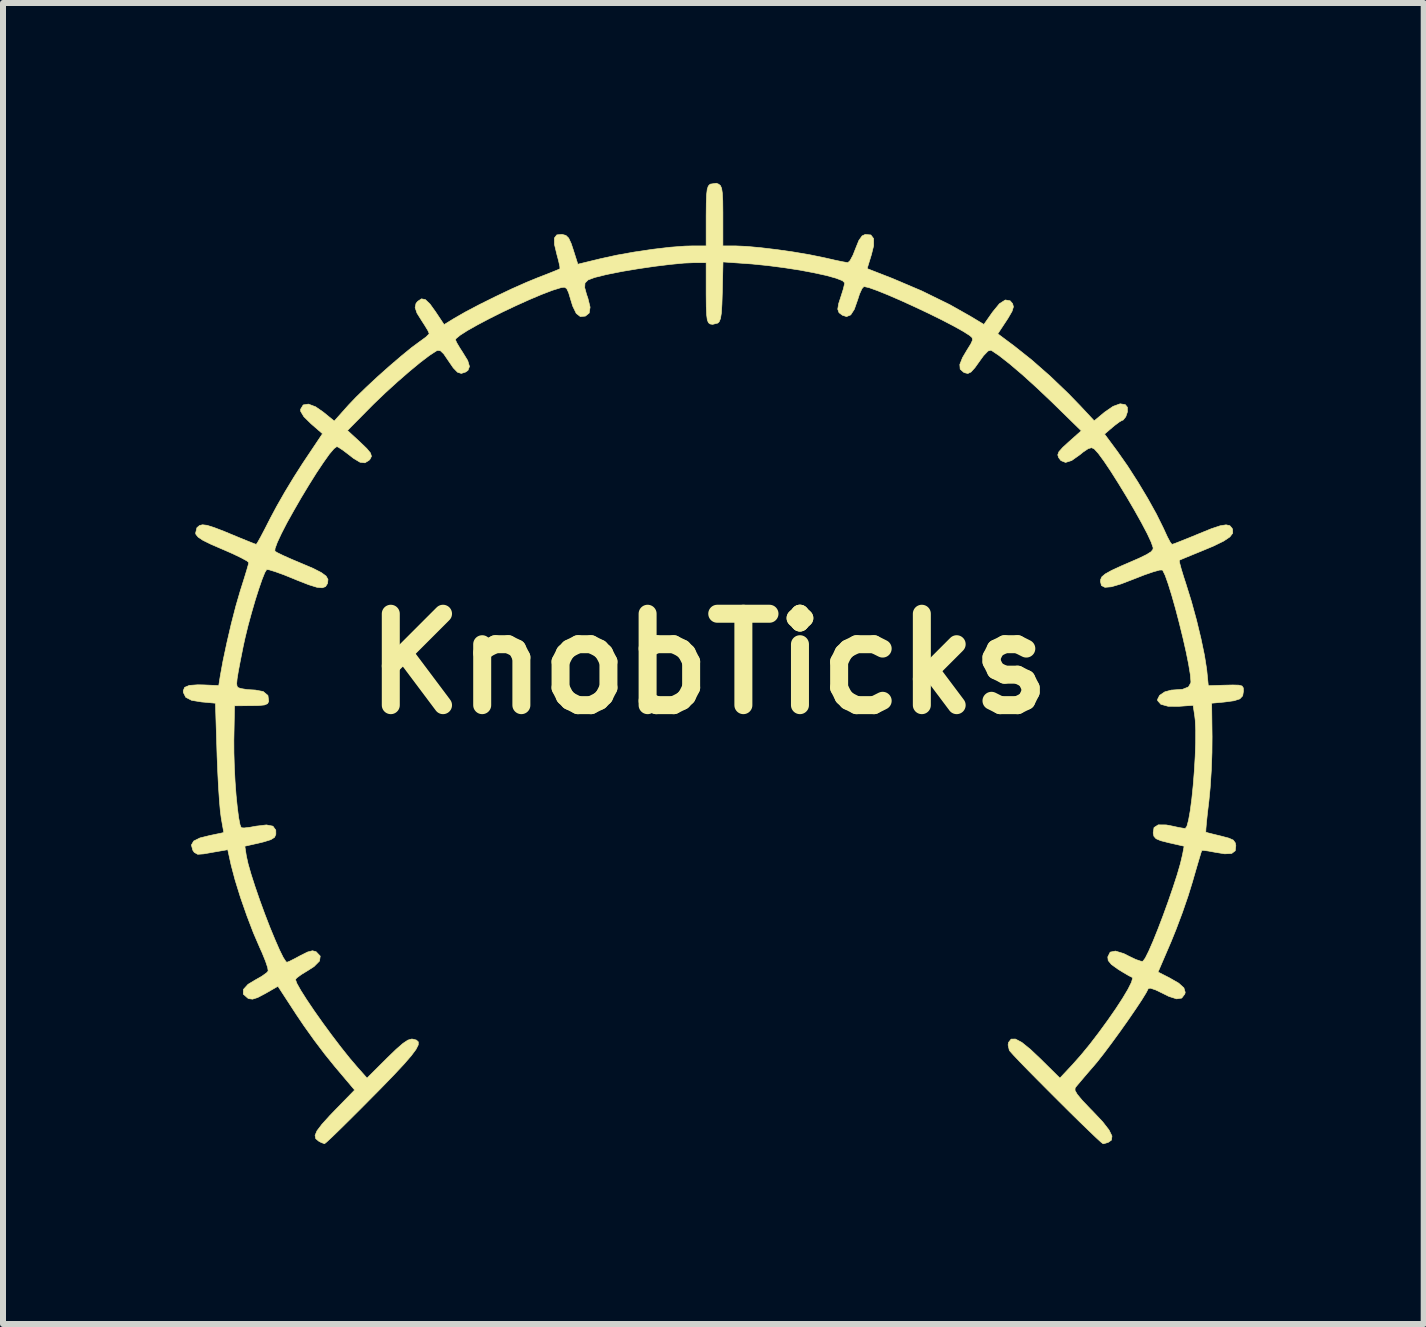
<source format=kicad_pcb>
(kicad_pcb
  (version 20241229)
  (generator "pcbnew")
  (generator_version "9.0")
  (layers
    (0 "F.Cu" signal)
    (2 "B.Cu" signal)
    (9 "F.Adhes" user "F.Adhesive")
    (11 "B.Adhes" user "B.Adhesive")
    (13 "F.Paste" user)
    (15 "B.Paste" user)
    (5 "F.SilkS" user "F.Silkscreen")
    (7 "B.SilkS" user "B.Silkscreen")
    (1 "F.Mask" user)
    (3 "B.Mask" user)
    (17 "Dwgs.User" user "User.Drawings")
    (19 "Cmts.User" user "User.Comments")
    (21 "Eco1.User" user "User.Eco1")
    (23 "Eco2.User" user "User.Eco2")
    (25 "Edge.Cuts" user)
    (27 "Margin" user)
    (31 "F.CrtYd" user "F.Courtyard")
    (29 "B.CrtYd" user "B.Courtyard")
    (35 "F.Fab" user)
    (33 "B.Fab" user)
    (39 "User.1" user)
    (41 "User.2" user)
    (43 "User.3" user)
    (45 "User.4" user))
  (footprint "KnobTicks"
    (layer "F.Cu")
    (at 8.763 8.017)
    (property "Reference" "KnobTicks" (at 0 0 0) (layer "F.SilkS") (effects (font (size 1.524 1.524) (thickness 0.3))))
    (attr through_hole)
    (fp_poly (pts (xy 0.168 -7.997) (xy 0.198 -7.973) (xy 0.218 -7.927) (xy 0.23 -7.847) (xy 0.237 -7.718) (xy 0.239 -7.527) (xy 0.239 -7.463) (xy 0.239 -6.967) (xy 0.456 -6.967) (xy 0.637 -6.959) (xy 0.874 -6.937) (xy 1.143 -6.905) (xy 1.421 -6.865) (xy 1.686 -6.82) (xy 1.915 -6.773) (xy 1.944 -6.767) (xy 2.101 -6.731) (xy 2.23 -6.704) (xy 2.31 -6.69) (xy 2.323 -6.688) (xy 2.36 -6.723) (xy 2.408 -6.813) (xy 2.449 -6.917) (xy 2.506 -7.058) (xy 2.56 -7.134) (xy 2.611 -7.158) (xy 2.706 -7.15) (xy 2.752 -7.089) (xy 2.752 -6.97) (xy 2.716 -6.824) (xy 2.644 -6.589) (xy 3.067 -6.424) (xy 3.556 -6.216) (xy 4.021 -5.988) (xy 4.358 -5.798) (xy 4.591 -5.658) (xy 4.736 -5.865) (xy 4.85 -6.004) (xy 4.948 -6.066) (xy 5.028 -6.052) (xy 5.069 -6.005) (xy 5.083 -5.952) (xy 5.06 -5.877) (xy 4.994 -5.763) (xy 4.966 -5.72) (xy 4.822 -5.502) (xy 5.097 -5.297) (xy 5.385 -5.068) (xy 5.694 -4.797) (xy 5.997 -4.507) (xy 6.191 -4.307) (xy 6.43 -4.051) (xy 6.603 -4.195) (xy 6.744 -4.292) (xy 6.862 -4.335) (xy 6.948 -4.321) (xy 6.983 -4.277) (xy 6.984 -4.202) (xy 6.956 -4.119) (xy 6.912 -4.064) (xy 6.896 -4.059) (xy 6.851 -4.034) (xy 6.771 -3.974) (xy 6.735 -3.944) (xy 6.602 -3.83) (xy 6.818 -3.538) (xy 6.985 -3.3) (xy 7.157 -3.032) (xy 7.322 -2.757) (xy 7.467 -2.496) (xy 7.578 -2.272) (xy 7.593 -2.24) (xy 7.65 -2.116) (xy 7.698 -2.026) (xy 7.726 -1.991) (xy 7.726 -1.991) (xy 7.771 -2.005) (xy 7.873 -2.045) (xy 8.018 -2.103) (xy 8.176 -2.168) (xy 8.382 -2.252) (xy 8.529 -2.301) (xy 8.628 -2.317) (xy 8.691 -2.303) (xy 8.729 -2.259) (xy 8.737 -2.239) (xy 8.739 -2.178) (xy 8.691 -2.115) (xy 8.588 -2.046) (xy 8.42 -1.964) (xy 8.241 -1.889) (xy 8.082 -1.824) (xy 7.953 -1.771) (xy 7.869 -1.736) (xy 7.847 -1.726) (xy 7.853 -1.686) (xy 7.879 -1.587) (xy 7.922 -1.446) (xy 7.957 -1.339) (xy 8.05 -1.04) (xy 8.136 -0.726) (xy 8.21 -0.419) (xy 8.268 -0.141) (xy 8.304 0.087) (xy 8.307 0.113) (xy 8.332 0.365) (xy 8.575 0.357) (xy 8.74 0.353) (xy 8.841 0.356) (xy 8.894 0.37) (xy 8.915 0.401) (xy 8.918 0.453) (xy 8.918 0.455) (xy 8.905 0.534) (xy 8.857 0.585) (xy 8.76 0.616) (xy 8.603 0.637) (xy 8.388 0.657) (xy 8.395 1.214) (xy 8.393 1.48) (xy 8.382 1.777) (xy 8.363 2.067) (xy 8.342 2.286) (xy 8.319 2.478) (xy 8.302 2.638) (xy 8.292 2.752) (xy 8.29 2.805) (xy 8.29 2.807) (xy 8.332 2.82) (xy 8.428 2.844) (xy 8.54 2.871) (xy 8.673 2.906) (xy 8.748 2.939) (xy 8.781 2.984) (xy 8.791 3.031) (xy 8.781 3.117) (xy 8.722 3.162) (xy 8.606 3.168) (xy 8.45 3.143) (xy 8.33 3.121) (xy 8.247 3.11) (xy 8.224 3.112) (xy 8.209 3.153) (xy 8.178 3.256) (xy 8.134 3.406) (xy 8.081 3.589) (xy 8.071 3.625) (xy 7.996 3.868) (xy 7.9 4.147) (xy 7.796 4.424) (xy 7.712 4.632) (xy 7.494 5.139) (xy 7.681 5.234) (xy 7.838 5.324) (xy 7.925 5.403) (xy 7.947 5.477) (xy 7.94 5.506) (xy 7.889 5.573) (xy 7.803 5.586) (xy 7.674 5.545) (xy 7.57 5.493) (xy 7.454 5.437) (xy 7.368 5.408) (xy 7.333 5.412) (xy 7.296 5.484) (xy 7.221 5.606) (xy 7.116 5.764) (xy 6.991 5.946) (xy 6.855 6.138) (xy 6.718 6.326) (xy 6.589 6.498) (xy 6.478 6.639) (xy 6.424 6.703) (xy 6.306 6.839) (xy 6.206 6.957) (xy 6.135 7.041) (xy 6.112 7.071) (xy 6.109 7.111) (xy 6.146 7.177) (xy 6.23 7.278) (xy 6.366 7.421) (xy 6.4 7.455) (xy 6.57 7.635) (xy 6.677 7.773) (xy 6.726 7.873) (xy 6.717 7.941) (xy 6.665 7.978) (xy 6.597 7.999) (xy 6.578 8.002) (xy 6.543 7.975) (xy 6.461 7.9) (xy 6.342 7.786) (xy 6.193 7.642) (xy 6.024 7.476) (xy 5.844 7.297) (xy 5.662 7.115) (xy 5.486 6.938) (xy 5.325 6.775) (xy 5.189 6.635) (xy 5.086 6.526) (xy 5.025 6.458) (xy 5.014 6.442) (xy 4.994 6.355) (xy 5.001 6.313) (xy 5.045 6.257) (xy 5.117 6.256) (xy 5.223 6.312) (xy 5.366 6.428) (xy 5.526 6.579) (xy 5.858 6.907) (xy 6.067 6.684) (xy 6.207 6.526) (xy 6.356 6.345) (xy 6.506 6.149) (xy 6.652 5.949) (xy 6.787 5.755) (xy 6.903 5.577) (xy 6.993 5.426) (xy 7.051 5.31) (xy 7.07 5.241) (xy 7.061 5.227) (xy 7.005 5.199) (xy 6.908 5.142) (xy 6.83 5.094) (xy 6.717 5.013) (xy 6.663 4.947) (xy 6.656 4.887) (xy 6.696 4.807) (xy 6.784 4.789) (xy 6.922 4.831) (xy 7.011 4.876) (xy 7.124 4.93) (xy 7.21 4.959) (xy 7.242 4.959) (xy 7.281 4.906) (xy 7.339 4.79) (xy 7.411 4.625) (xy 7.492 4.424) (xy 7.578 4.199) (xy 7.663 3.964) (xy 7.743 3.732) (xy 7.813 3.517) (xy 7.867 3.331) (xy 7.901 3.187) (xy 7.902 3.183) (xy 7.929 3.041) (xy 7.677 2.984) (xy 7.539 2.949) (xy 7.461 2.916) (xy 7.425 2.875) (xy 7.413 2.82) (xy 7.427 2.73) (xy 7.497 2.685) (xy 7.629 2.686) (xy 7.729 2.705) (xy 7.845 2.73) (xy 7.93 2.744) (xy 7.948 2.746) (xy 7.975 2.709) (xy 8.003 2.605) (xy 8.031 2.448) (xy 8.057 2.25) (xy 8.08 2.025) (xy 8.099 1.785) (xy 8.113 1.544) (xy 8.121 1.314) (xy 8.122 1.109) (xy 8.114 0.941) (xy 8.106 0.872) (xy 8.079 0.692) (xy 7.842 0.709) (xy 7.661 0.708) (xy 7.541 0.675) (xy 7.487 0.614) (xy 7.485 0.595) (xy 7.52 0.526) (xy 7.606 0.468) (xy 7.716 0.438) (xy 7.736 0.437) (xy 7.903 0.425) (xy 8.001 0.386) (xy 8.04 0.318) (xy 8.042 0.296) (xy 8.032 0.179) (xy 8.004 0.009) (xy 7.962 -0.2) (xy 7.909 -0.433) (xy 7.849 -0.677) (xy 7.786 -0.918) (xy 7.723 -1.14) (xy 7.664 -1.33) (xy 7.613 -1.474) (xy 7.573 -1.556) (xy 7.567 -1.564) (xy 7.52 -1.563) (xy 7.416 -1.534) (xy 7.27 -1.484) (xy 7.104 -1.419) (xy 6.878 -1.332) (xy 6.715 -1.284) (xy 6.608 -1.275) (xy 6.55 -1.305) (xy 6.534 -1.373) (xy 6.537 -1.405) (xy 6.557 -1.45) (xy 6.614 -1.498) (xy 6.718 -1.556) (xy 6.88 -1.631) (xy 6.987 -1.677) (xy 7.178 -1.76) (xy 7.305 -1.822) (xy 7.379 -1.869) (xy 7.41 -1.909) (xy 7.412 -1.936) (xy 7.38 -2.028) (xy 7.313 -2.172) (xy 7.217 -2.354) (xy 7.1 -2.563) (xy 6.972 -2.782) (xy 6.839 -3) (xy 6.711 -3.203) (xy 6.595 -3.376) (xy 6.499 -3.507) (xy 6.432 -3.581) (xy 6.387 -3.603) (xy 6.331 -3.588) (xy 6.245 -3.53) (xy 6.191 -3.486) (xy 6.054 -3.389) (xy 5.952 -3.357) (xy 5.875 -3.388) (xy 5.837 -3.437) (xy 5.822 -3.483) (xy 5.841 -3.535) (xy 5.905 -3.607) (xy 6.003 -3.697) (xy 6.214 -3.885) (xy 5.725 -4.363) (xy 5.475 -4.6) (xy 5.238 -4.815) (xy 5.023 -4.998) (xy 4.842 -5.14) (xy 4.71 -5.229) (xy 4.66 -5.215) (xy 4.585 -5.137) (xy 4.534 -5.067) (xy 4.441 -4.937) (xy 4.376 -4.865) (xy 4.323 -4.84) (xy 4.269 -4.853) (xy 4.252 -4.861) (xy 4.195 -4.913) (xy 4.189 -4.99) (xy 4.234 -5.104) (xy 4.305 -5.224) (xy 4.373 -5.334) (xy 4.402 -5.398) (xy 4.394 -5.438) (xy 4.355 -5.473) (xy 4.355 -5.473) (xy 4.246 -5.542) (xy 4.087 -5.631) (xy 3.891 -5.733) (xy 3.67 -5.842) (xy 3.439 -5.951) (xy 3.211 -6.055) (xy 2.999 -6.147) (xy 2.816 -6.221) (xy 2.677 -6.271) (xy 2.593 -6.29) (xy 2.59 -6.29) (xy 2.558 -6.255) (xy 2.517 -6.165) (xy 2.488 -6.075) (xy 2.43 -5.91) (xy 2.37 -5.817) (xy 2.301 -5.789) (xy 2.232 -5.811) (xy 2.175 -5.854) (xy 2.154 -5.913) (xy 2.17 -6.008) (xy 2.21 -6.131) (xy 2.246 -6.245) (xy 2.267 -6.332) (xy 2.269 -6.352) (xy 2.232 -6.388) (xy 2.126 -6.429) (xy 1.965 -6.474) (xy 1.759 -6.519) (xy 1.521 -6.564) (xy 1.261 -6.604) (xy 0.992 -6.639) (xy 0.725 -6.666) (xy 0.628 -6.673) (xy 0.241 -6.7) (xy 0.23 -6.211) (xy 0.223 -5.997) (xy 0.214 -5.85) (xy 0.199 -5.756) (xy 0.177 -5.703) (xy 0.155 -5.681) (xy 0.068 -5.659) (xy 0.025 -5.666) (xy -0.002 -5.687) (xy -0.021 -5.734) (xy -0.032 -5.82) (xy -0.038 -5.957) (xy -0.04 -6.16) (xy -0.04 -6.19) (xy -0.04 -6.688) (xy -0.237 -6.688) (xy -0.408 -6.681) (xy -0.635 -6.659) (xy -0.897 -6.627) (xy -1.17 -6.587) (xy -1.434 -6.543) (xy -1.666 -6.497) (xy -1.722 -6.485) (xy -1.899 -6.441) (xy -2.008 -6.4) (xy -2.06 -6.348) (xy -2.065 -6.272) (xy -2.034 -6.158) (xy -2.012 -6.096) (xy -1.975 -5.946) (xy -1.99 -5.848) (xy -2.053 -5.797) (xy -2.138 -5.789) (xy -2.206 -5.842) (xy -2.265 -5.964) (xy -2.294 -6.058) (xy -2.333 -6.188) (xy -2.365 -6.256) (xy -2.403 -6.279) (xy -2.459 -6.272) (xy -2.464 -6.27) (xy -2.603 -6.227) (xy -2.781 -6.159) (xy -2.987 -6.072) (xy -3.209 -5.972) (xy -3.435 -5.865) (xy -3.653 -5.756) (xy -3.852 -5.651) (xy -4.019 -5.557) (xy -4.142 -5.478) (xy -4.21 -5.422) (xy -4.22 -5.403) (xy -4.199 -5.354) (xy -4.145 -5.263) (xy -4.101 -5.195) (xy -4.015 -5.055) (xy -3.986 -4.957) (xy -4.011 -4.892) (xy -4.051 -4.864) (xy -4.122 -4.841) (xy -4.185 -4.861) (xy -4.256 -4.934) (xy -4.341 -5.058) (xy -4.416 -5.168) (xy -4.47 -5.219) (xy -4.516 -5.225) (xy -4.54 -5.215) (xy -4.652 -5.142) (xy -4.806 -5.025) (xy -4.989 -4.874) (xy -5.188 -4.701) (xy -5.389 -4.518) (xy -5.579 -4.336) (xy -5.628 -4.287) (xy -6.02 -3.89) (xy -5.817 -3.703) (xy -5.699 -3.59) (xy -5.636 -3.514) (xy -5.62 -3.459) (xy -5.644 -3.411) (xy -5.661 -3.392) (xy -5.729 -3.351) (xy -5.81 -3.36) (xy -5.92 -3.426) (xy -5.994 -3.484) (xy -6.094 -3.56) (xy -6.17 -3.61) (xy -6.197 -3.622) (xy -6.245 -3.587) (xy -6.323 -3.495) (xy -6.423 -3.354) (xy -6.54 -3.179) (xy -6.665 -2.979) (xy -6.793 -2.767) (xy -6.916 -2.553) (xy -7.029 -2.351) (xy -7.122 -2.17) (xy -7.191 -2.022) (xy -7.228 -1.92) (xy -7.23 -1.878) (xy -7.188 -1.852) (xy -7.087 -1.803) (xy -6.943 -1.739) (xy -6.793 -1.676) (xy -6.591 -1.59) (xy -6.456 -1.521) (xy -6.377 -1.463) (xy -6.345 -1.407) (xy -6.351 -1.347) (xy -6.354 -1.337) (xy -6.386 -1.287) (xy -6.441 -1.267) (xy -6.53 -1.276) (xy -6.665 -1.318) (xy -6.857 -1.393) (xy -6.91 -1.415) (xy -7.08 -1.484) (xy -7.224 -1.536) (xy -7.325 -1.567) (xy -7.367 -1.571) (xy -7.398 -1.521) (xy -7.443 -1.409) (xy -7.498 -1.25) (xy -7.559 -1.058) (xy -7.62 -0.848) (xy -7.678 -0.635) (xy -7.727 -0.434) (xy -7.757 -0.297) (xy -7.806 -0.051) (xy -7.84 0.128) (xy -7.86 0.251) (xy -7.867 0.329) (xy -7.861 0.374) (xy -7.844 0.396) (xy -7.814 0.407) (xy -7.794 0.413) (xy -7.691 0.43) (xy -7.565 0.437) (xy -7.559 0.437) (xy -7.425 0.462) (xy -7.346 0.528) (xy -7.333 0.625) (xy -7.352 0.664) (xy -7.403 0.686) (xy -7.502 0.696) (xy -7.625 0.698) (xy -7.903 0.7) (xy -7.914 1.276) (xy -7.913 1.488) (xy -7.906 1.72) (xy -7.894 1.959) (xy -7.877 2.19) (xy -7.856 2.397) (xy -7.834 2.567) (xy -7.811 2.684) (xy -7.791 2.733) (xy -7.744 2.737) (xy -7.643 2.725) (xy -7.546 2.707) (xy -7.372 2.686) (xy -7.263 2.707) (xy -7.215 2.773) (xy -7.214 2.843) (xy -7.236 2.893) (xy -7.298 2.932) (xy -7.414 2.968) (xy -7.479 2.984) (xy -7.731 3.041) (xy -7.706 3.203) (xy -7.677 3.334) (xy -7.627 3.509) (xy -7.561 3.714) (xy -7.484 3.938) (xy -7.4 4.168) (xy -7.314 4.391) (xy -7.23 4.594) (xy -7.155 4.766) (xy -7.092 4.894) (xy -7.045 4.966) (xy -7.029 4.976) (xy -6.985 4.959) (xy -6.894 4.913) (xy -6.809 4.867) (xy -6.685 4.805) (xy -6.604 4.784) (xy -6.545 4.799) (xy -6.541 4.802) (xy -6.474 4.873) (xy -6.486 4.955) (xy -6.577 5.047) (xy -6.678 5.112) (xy -6.789 5.18) (xy -6.865 5.236) (xy -6.887 5.263) (xy -6.864 5.328) (xy -6.799 5.444) (xy -6.7 5.6) (xy -6.576 5.784) (xy -6.434 5.985) (xy -6.282 6.192) (xy -6.129 6.393) (xy -5.982 6.577) (xy -5.853 6.728) (xy -5.694 6.907) (xy -5.361 6.575) (xy -5.207 6.426) (xy -5.094 6.328) (xy -5.013 6.274) (xy -4.952 6.256) (xy -4.932 6.257) (xy -4.871 6.273) (xy -4.839 6.303) (xy -4.84 6.354) (xy -4.878 6.429) (xy -4.957 6.535) (xy -5.08 6.677) (xy -5.252 6.861) (xy -5.475 7.091) (xy -5.607 7.224) (xy -5.809 7.428) (xy -5.993 7.611) (xy -6.152 7.768) (xy -6.278 7.89) (xy -6.364 7.97) (xy -6.402 8.001) (xy -6.403 8.001) (xy -6.456 7.982) (xy -6.499 7.959) (xy -6.549 7.917) (xy -6.56 7.862) (xy -6.528 7.786) (xy -6.448 7.68) (xy -6.316 7.534) (xy -6.235 7.45) (xy -5.9 7.106) (xy -6.236 6.708) (xy -6.396 6.51) (xy -6.574 6.275) (xy -6.746 6.034) (xy -6.875 5.843) (xy -7.179 5.376) (xy -7.39 5.497) (xy -7.517 5.564) (xy -7.602 5.591) (xy -7.664 5.583) (xy -7.682 5.574) (xy -7.757 5.507) (xy -7.755 5.429) (xy -7.678 5.344) (xy -7.562 5.274) (xy -7.449 5.21) (xy -7.367 5.151) (xy -7.342 5.122) (xy -7.35 5.066) (xy -7.386 4.958) (xy -7.444 4.815) (xy -7.48 4.736) (xy -7.587 4.488) (xy -7.697 4.2) (xy -7.803 3.897) (xy -7.893 3.607) (xy -7.959 3.358) (xy -7.965 3.331) (xy -8.016 3.099) (xy -8.149 3.122) (xy -8.288 3.146) (xy -8.417 3.169) (xy -8.517 3.176) (xy -8.574 3.144) (xy -8.599 3.107) (xy -8.622 3.021) (xy -8.584 2.955) (xy -8.479 2.903) (xy -8.317 2.863) (xy -8.193 2.837) (xy -8.108 2.819) (xy -8.082 2.812) (xy -8.089 2.773) (xy -8.106 2.678) (xy -8.125 2.568) (xy -8.14 2.454) (xy -8.155 2.278) (xy -8.17 2.054) (xy -8.183 1.801) (xy -8.194 1.534) (xy -8.195 1.493) (xy -8.221 0.657) (xy -8.452 0.636) (xy -8.618 0.609) (xy -8.716 0.558) (xy -8.756 0.478) (xy -8.758 0.45) (xy -8.735 0.393) (xy -8.657 0.36) (xy -8.515 0.35) (xy -8.413 0.352) (xy -8.166 0.363) (xy -8.142 0.211) (xy -8.095 -0.048) (xy -8.031 -0.349) (xy -7.958 -0.663) (xy -7.881 -0.962) (xy -7.807 -1.216) (xy -7.795 -1.254) (xy -7.742 -1.422) (xy -7.699 -1.563) (xy -7.672 -1.658) (xy -7.665 -1.689) (xy -7.699 -1.717) (xy -7.793 -1.768) (xy -7.932 -1.835) (xy -8.101 -1.909) (xy -8.102 -1.909) (xy -8.298 -1.994) (xy -8.43 -2.059) (xy -8.509 -2.112) (xy -8.546 -2.157) (xy -8.552 -2.178) (xy -8.53 -2.269) (xy -8.486 -2.306) (xy -8.436 -2.318) (xy -8.361 -2.309) (xy -8.246 -2.273) (xy -8.079 -2.209) (xy -7.983 -2.169) (xy -7.814 -2.099) (xy -7.674 -2.042) (xy -7.578 -2.004) (xy -7.541 -1.991) (xy -7.518 -2.024) (xy -7.467 -2.115) (xy -7.396 -2.25) (xy -7.312 -2.415) (xy -7.308 -2.423) (xy -7.199 -2.627) (xy -7.062 -2.867) (xy -6.913 -3.113) (xy -6.77 -3.337) (xy -6.764 -3.346) (xy -6.436 -3.836) (xy -6.626 -4.001) (xy -6.747 -4.12) (xy -6.8 -4.209) (xy -6.802 -4.243) (xy -6.758 -4.316) (xy -6.671 -4.33) (xy -6.551 -4.285) (xy -6.423 -4.196) (xy -6.24 -4.047) (xy -6.004 -4.312) (xy -5.876 -4.446) (xy -5.708 -4.609) (xy -5.517 -4.787) (xy -5.317 -4.965) (xy -5.123 -5.131) (xy -4.952 -5.271) (xy -4.818 -5.37) (xy -4.797 -5.385) (xy -4.711 -5.448) (xy -4.662 -5.497) (xy -4.658 -5.507) (xy -4.679 -5.556) (xy -4.733 -5.645) (xy -4.777 -5.713) (xy -4.861 -5.847) (xy -4.892 -5.94) (xy -4.877 -6.009) (xy -4.849 -6.043) (xy -4.786 -6.085) (xy -4.721 -6.072) (xy -4.644 -5.998) (xy -4.554 -5.873) (xy -4.409 -5.655) (xy -4.245 -5.756) (xy -4.057 -5.864) (xy -3.818 -5.99) (xy -3.552 -6.122) (xy -3.283 -6.25) (xy -3.033 -6.361) (xy -2.85 -6.436) (xy -2.695 -6.496) (xy -2.57 -6.546) (xy -2.493 -6.578) (xy -2.477 -6.587) (xy -2.48 -6.629) (xy -2.502 -6.725) (xy -2.529 -6.826) (xy -2.569 -6.993) (xy -2.57 -7.099) (xy -2.53 -7.151) (xy -2.446 -7.159) (xy -2.441 -7.159) (xy -2.378 -7.142) (xy -2.332 -7.097) (xy -2.29 -7.006) (xy -2.256 -6.904) (xy -2.179 -6.662) (xy -1.796 -6.755) (xy -1.53 -6.813) (xy -1.233 -6.866) (xy -0.929 -6.911) (xy -0.641 -6.945) (xy -0.392 -6.964) (xy -0.277 -6.967) (xy -0.04 -6.967) (xy -0.04 -7.463) (xy -0.038 -7.673) (xy -0.033 -7.818) (xy -0.022 -7.911) (xy -0.004 -7.965) (xy 0.023 -7.993) (xy 0.029 -7.997) (xy 0.13 -8.012) (xy 0.168 -7.997)) (stroke (width 0.01) (type solid)) (fill yes) (layer "F.SilkS")))
  (gr_rect
    (start -3 -3)
    (end 20.686 19.024)
    (stroke (width 0.1) (type default))
    (fill no)
    (layer "Edge.Cuts")))
</source>
